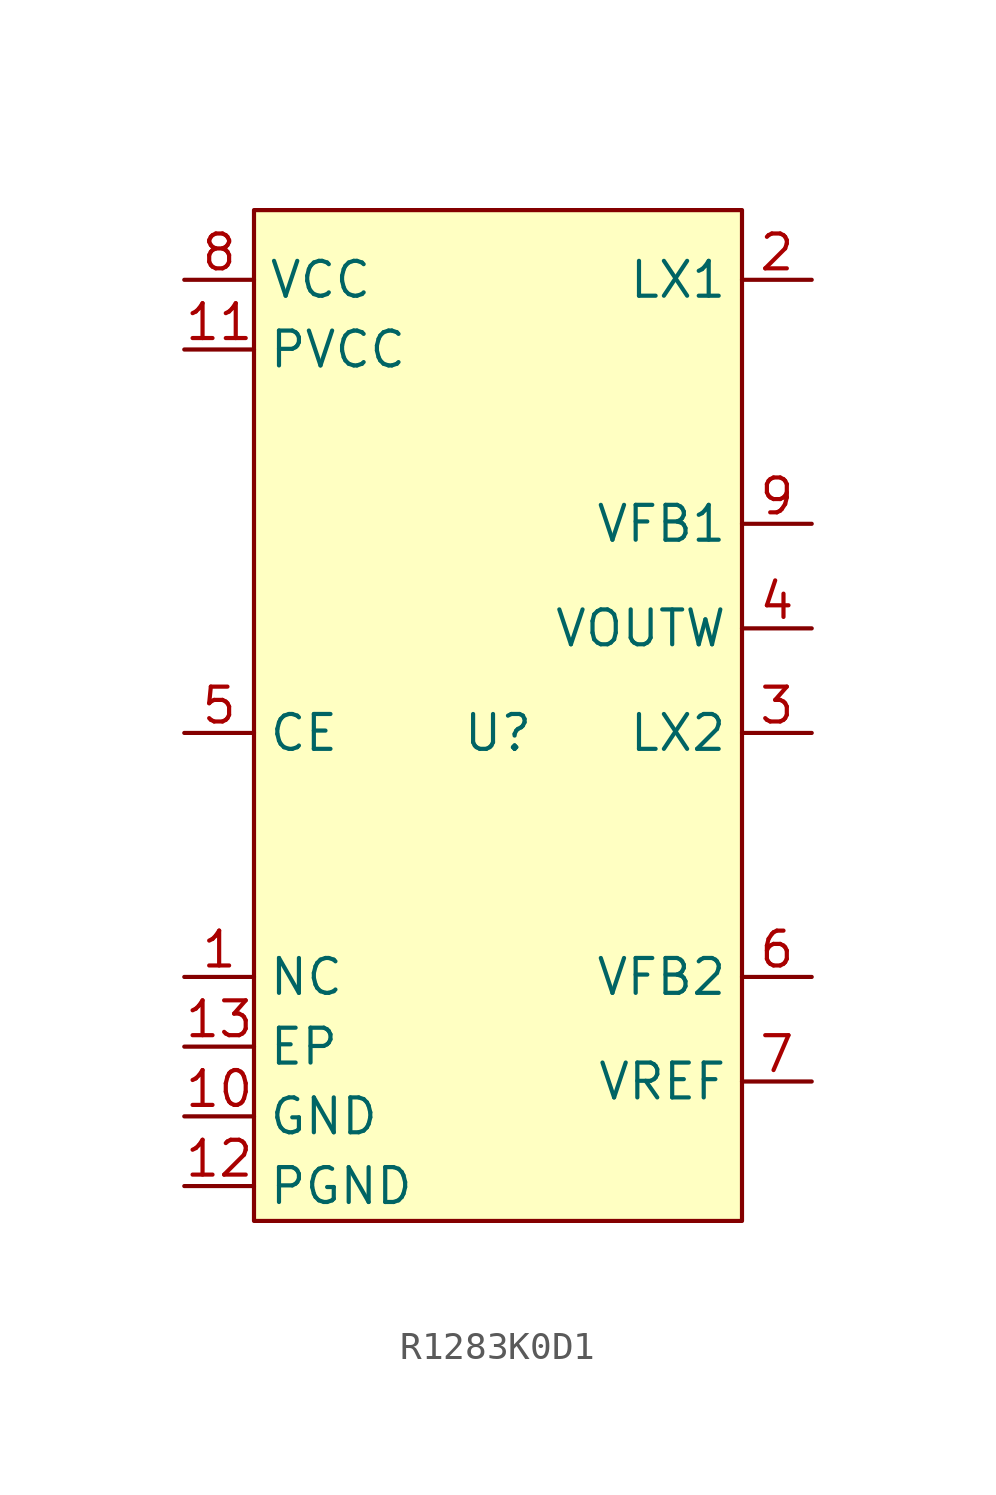
<source format=kicad_sym>
(kicad_symbol_lib
  (version 20231120)
  (generator "kicad_symbol_editor")
  (generator_version "8.0")
  (symbol "R1283K0D1"
    (property "Reference" "U"
      (at 0 0 0)
      (effects (font (size 1.27 1.27))))
    (property "Value" ""
      (at -3.81 10.16 0)
      (effects (font (size 1.27 1.27))))
    (symbol "R1283K0D1_1_1"
      (rectangle (start -8.89 19.05) (end 8.89 -17.78) (stroke (width 0) (type default)) (fill (type background)))
      (pin input line (at -11.43 -8.89 0) (length 2.54) (name "NC" (effects (font (size 1.27 1.27)))) (number "1" (effects (font (size 1.27 1.27)))))
      (pin input line (at -11.43 -13.97 0) (length 2.54) (name "GND" (effects (font (size 1.27 1.27)))) (number "10" (effects (font (size 1.27 1.27)))))
      (pin input line (at -11.43 13.97 0) (length 2.54) (name "PVCC" (effects (font (size 1.27 1.27)))) (number "11" (effects (font (size 1.27 1.27)))))
      (pin input line (at -11.43 -16.51 0) (length 2.54) (name "PGND" (effects (font (size 1.27 1.27)))) (number "12" (effects (font (size 1.27 1.27)))))
      (pin input line (at -11.43 -11.43 0) (length 2.54) (name "EP" (effects (font (size 1.27 1.27)))) (number "13" (effects (font (size 1.27 1.27)))))
      (pin output line (at 11.43 16.51 180) (length 2.54) (name "LX1" (effects (font (size 1.27 1.27)))) (number "2" (effects (font (size 1.27 1.27)))))
      (pin output line (at 11.43 0 180) (length 2.54) (name "LX2" (effects (font (size 1.27 1.27)))) (number "3" (effects (font (size 1.27 1.27)))))
      (pin output line (at 11.43 3.81 180) (length 2.54) (name "VOUTW" (effects (font (size 1.27 1.27)))) (number "4" (effects (font (size 1.27 1.27)))))
      (pin input line (at -11.43 0 0) (length 2.54) (name "CE" (effects (font (size 1.27 1.27)))) (number "5" (effects (font (size 1.27 1.27)))))
      (pin output line (at 11.43 -8.89 180) (length 2.54) (name "VFB2" (effects (font (size 1.27 1.27)))) (number "6" (effects (font (size 1.27 1.27)))))
      (pin output line (at 11.43 -12.7 180) (length 2.54) (name "VREF" (effects (font (size 1.27 1.27)))) (number "7" (effects (font (size 1.27 1.27)))))
      (pin input line (at -11.43 16.51 0) (length 2.54) (name "VCC" (effects (font (size 1.27 1.27)))) (number "8" (effects (font (size 1.27 1.27)))))
      (pin output line (at 11.43 7.62 180) (length 2.54) (name "VFB1" (effects (font (size 1.27 1.27)))) (number "9" (effects (font (size 1.27 1.27))))))))
</source>
